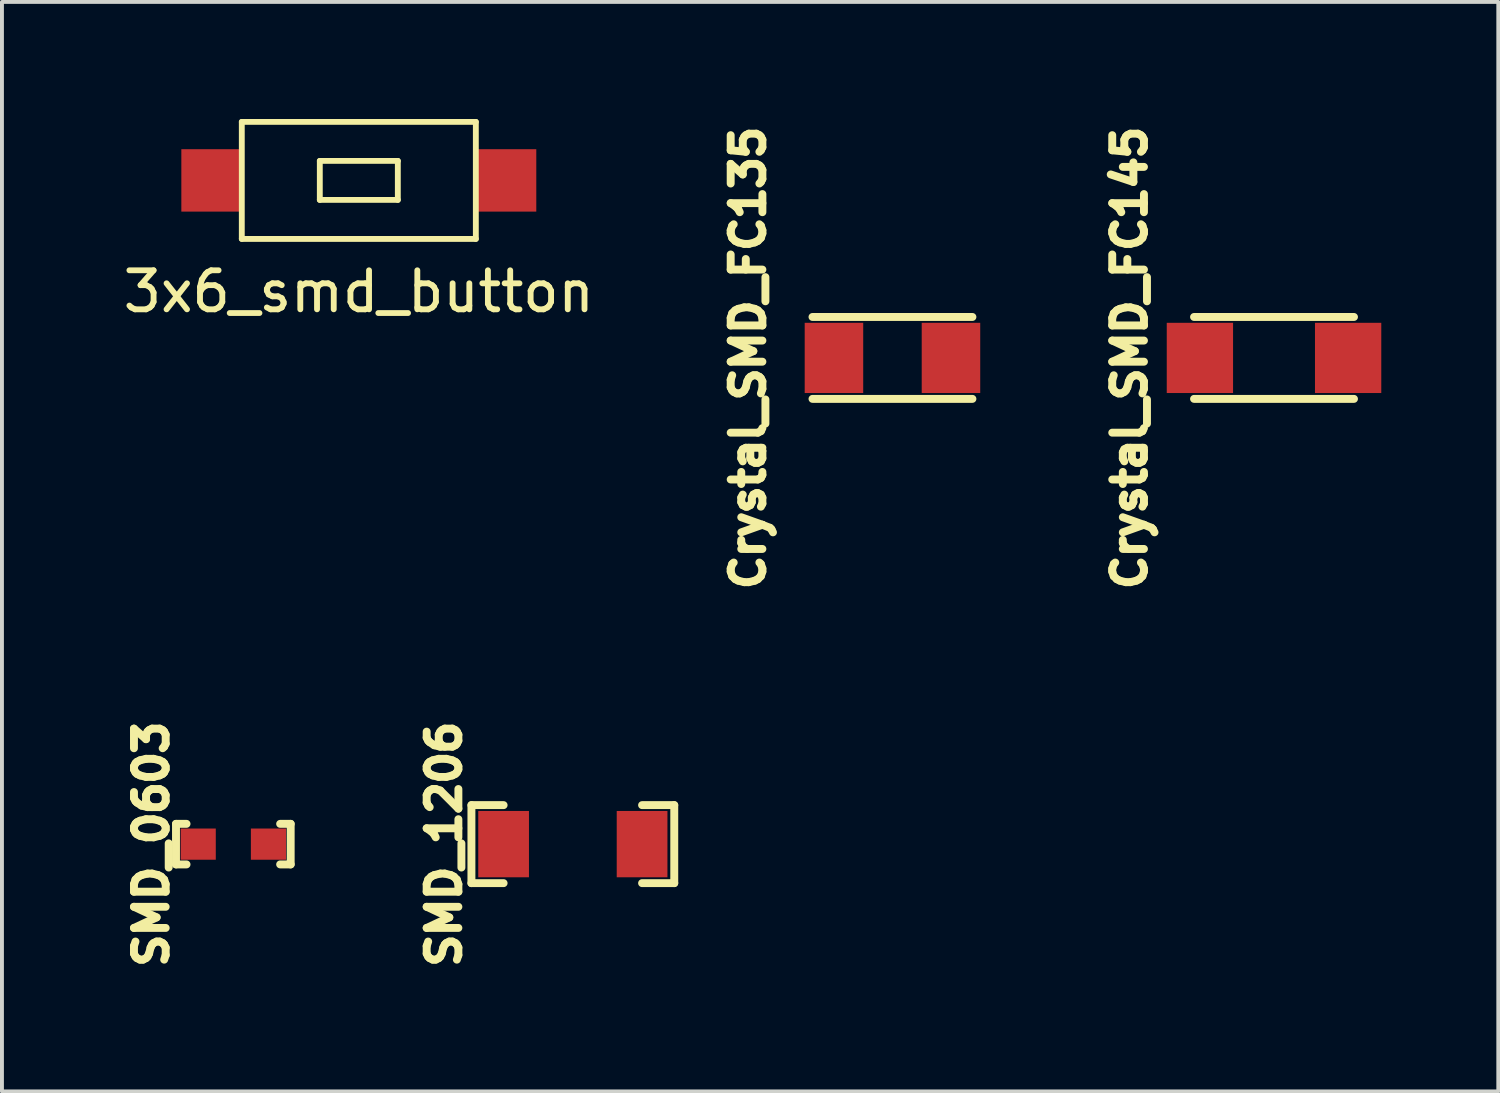
<source format=kicad_pcb>
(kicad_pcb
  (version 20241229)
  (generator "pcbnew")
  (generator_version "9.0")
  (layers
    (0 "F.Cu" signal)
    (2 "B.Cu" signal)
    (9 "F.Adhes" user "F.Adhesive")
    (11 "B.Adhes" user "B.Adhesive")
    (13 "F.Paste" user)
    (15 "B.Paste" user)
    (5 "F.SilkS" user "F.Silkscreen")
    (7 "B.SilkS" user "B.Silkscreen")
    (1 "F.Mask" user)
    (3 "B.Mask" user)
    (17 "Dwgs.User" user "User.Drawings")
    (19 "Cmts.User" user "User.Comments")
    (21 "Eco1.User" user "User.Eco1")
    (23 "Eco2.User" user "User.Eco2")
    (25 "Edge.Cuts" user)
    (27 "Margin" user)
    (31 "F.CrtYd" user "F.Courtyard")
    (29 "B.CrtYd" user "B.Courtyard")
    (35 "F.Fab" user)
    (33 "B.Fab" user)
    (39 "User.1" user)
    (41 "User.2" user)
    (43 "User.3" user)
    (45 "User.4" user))
  (footprint "SMD_0603"
    (layer "F.Cu")
    (at 2.932 18.591)
    (property "Reference" "SMD_0603" (at -2.1 0 90) (layer "F.SilkS") (effects (font (size 0.813 0.813) (thickness 0.203))))
    (attr through_hole)
    (fp_line (start -1.47 -0.52) (end -1.47 0.52) (stroke (width 0.203) (type solid)) (layer "F.SilkS"))
    (fp_line (start -1.47 0.52) (end -1.2 0.52) (stroke (width 0.203) (type solid)) (layer "F.SilkS"))
    (fp_line (start -1.2 -0.52) (end -1.47 -0.52) (stroke (width 0.203) (type solid)) (layer "F.SilkS"))
    (fp_line (start 1.2 0.52) (end 1.47 0.52) (stroke (width 0.203) (type solid)) (layer "F.SilkS"))
    (fp_line (start 1.47 -0.52) (end 1.2 -0.52) (stroke (width 0.203) (type solid)) (layer "F.SilkS"))
    (fp_line (start 1.47 0.52) (end 1.47 -0.52) (stroke (width 0.203) (type solid)) (layer "F.SilkS"))
    (pad "1" smd rect (at -0.9 0) (size 0.9 0.8) (layers "F.Cu" "F.Mask" "F.Paste"))
    (pad "2" smd rect (at 0.9 0) (size 0.9 0.8) (layers "F.Cu" "F.Mask" "F.Paste")))
  (footprint "Crystal_SMD_FC145"
    (layer "F.Cu")
    (at 29.612 6.126)
    (property "Reference" "Crystal_SMD_FC145" (at -3.7 0 90) (layer "F.SilkS") (effects (font (size 0.813 0.813) (thickness 0.203))))
    (attr through_hole)
    (fp_line (start 2.05 -1.05) (end -2.05 -1.05) (stroke (width 0.203) (type solid)) (layer "F.SilkS"))
    (fp_line (start 2.05 1.05) (end -2.05 1.05) (stroke (width 0.203) (type solid)) (layer "F.SilkS"))
    (pad "1" smd rect (at -1.9 0) (size 1.7 1.8) (layers "F.Cu" "F.Mask" "F.Paste"))
    (pad "2" smd rect (at 1.9 0) (size 1.7 1.8) (layers "F.Cu" "F.Mask" "F.Paste")))
  (footprint "SMD_1206"
    (layer "F.Cu")
    (at 11.636 18.591)
    (property "Reference" "SMD_1206" (at -3.3 0 90) (layer "F.SilkS") (effects (font (size 0.813 0.813) (thickness 0.203))))
    (attr through_hole)
    (fp_line (start -2.6 -1) (end -2.6 1) (stroke (width 0.203) (type solid)) (layer "F.SilkS"))
    (fp_line (start -2.6 1) (end -1.775 1) (stroke (width 0.203) (type solid)) (layer "F.SilkS"))
    (fp_line (start -1.775 -1) (end -2.6 -1) (stroke (width 0.203) (type solid)) (layer "F.SilkS"))
    (fp_line (start 1.775 1) (end 2.6 1) (stroke (width 0.203) (type solid)) (layer "F.SilkS"))
    (fp_line (start 2.6 -1) (end 1.775 -1) (stroke (width 0.203) (type solid)) (layer "F.SilkS"))
    (fp_line (start 2.6 1) (end 2.6 -1) (stroke (width 0.203) (type solid)) (layer "F.SilkS"))
    (pad "1" smd rect (at -1.775 0) (size 1.3 1.7) (layers "F.Cu" "F.Mask" "F.Paste"))
    (pad "2" smd rect (at 1.775 0) (size 1.3 1.7) (layers "F.Cu" "F.Mask" "F.Paste")))
  (footprint "Crystal_SMD_FC135"
    (layer "F.Cu")
    (at 19.83 6.126)
    (property "Reference" "Crystal_SMD_FC135" (at -3.7 0 90) (layer "F.SilkS") (effects (font (size 0.813 0.813) (thickness 0.203))))
    (attr through_hole)
    (fp_line (start 2.05 -1.05) (end -2.05 -1.05) (stroke (width 0.203) (type solid)) (layer "F.SilkS"))
    (fp_line (start 2.05 1.05) (end -2.05 1.05) (stroke (width 0.203) (type solid)) (layer "F.SilkS"))
    (pad "1" smd rect (at -1.5 0) (size 1.5 1.8) (layers "F.Cu" "F.Mask" "F.Paste"))
    (pad "2" smd rect (at 1.5 0) (size 1.5 1.8) (layers "F.Cu" "F.Mask" "F.Paste")))
  (footprint "3x6_smd_button"
    (layer "F.Cu")
    (at 6.149 1.575)
    (property "Reference" "3x6_smd_button" (at 0 2.85 0) (layer "F.SilkS") (effects (font (size 1 1) (thickness 0.15))))
    (attr through_hole)
    (fp_line (start -3 -1.5) (end -3 1.5) (stroke (width 0.15) (type solid)) (layer "F.SilkS"))
    (fp_line (start -3 1.5) (end 3 1.5) (stroke (width 0.15) (type solid)) (layer "F.SilkS"))
    (fp_line (start -1 -0.5) (end -1 0.5) (stroke (width 0.15) (type solid)) (layer "F.SilkS"))
    (fp_line (start -1 0.5) (end 1 0.5) (stroke (width 0.15) (type solid)) (layer "F.SilkS"))
    (fp_line (start 1 -0.5) (end -1 -0.5) (stroke (width 0.15) (type solid)) (layer "F.SilkS"))
    (fp_line (start 1 0.5) (end 1 -0.5) (stroke (width 0.15) (type solid)) (layer "F.SilkS"))
    (fp_line (start 3 -1.5) (end -3 -1.5) (stroke (width 0.15) (type solid)) (layer "F.SilkS"))
    (fp_line (start 3 1.5) (end 3 -1.5) (stroke (width 0.15) (type solid)) (layer "F.SilkS"))
    (pad "1" smd rect (at -3.8 0) (size 1.5 1.6) (layers "F.Cu" "F.Mask" "F.Paste"))
    (pad "2" smd rect (at 3.8 0) (size 1.5 1.6) (layers "F.Cu" "F.Mask" "F.Paste")))
  (gr_rect
    (start -3 -3)
    (end 35.362 24.93)
    (stroke (width 0.1) (type default))
    (fill no)
    (layer "Edge.Cuts")))
</source>
